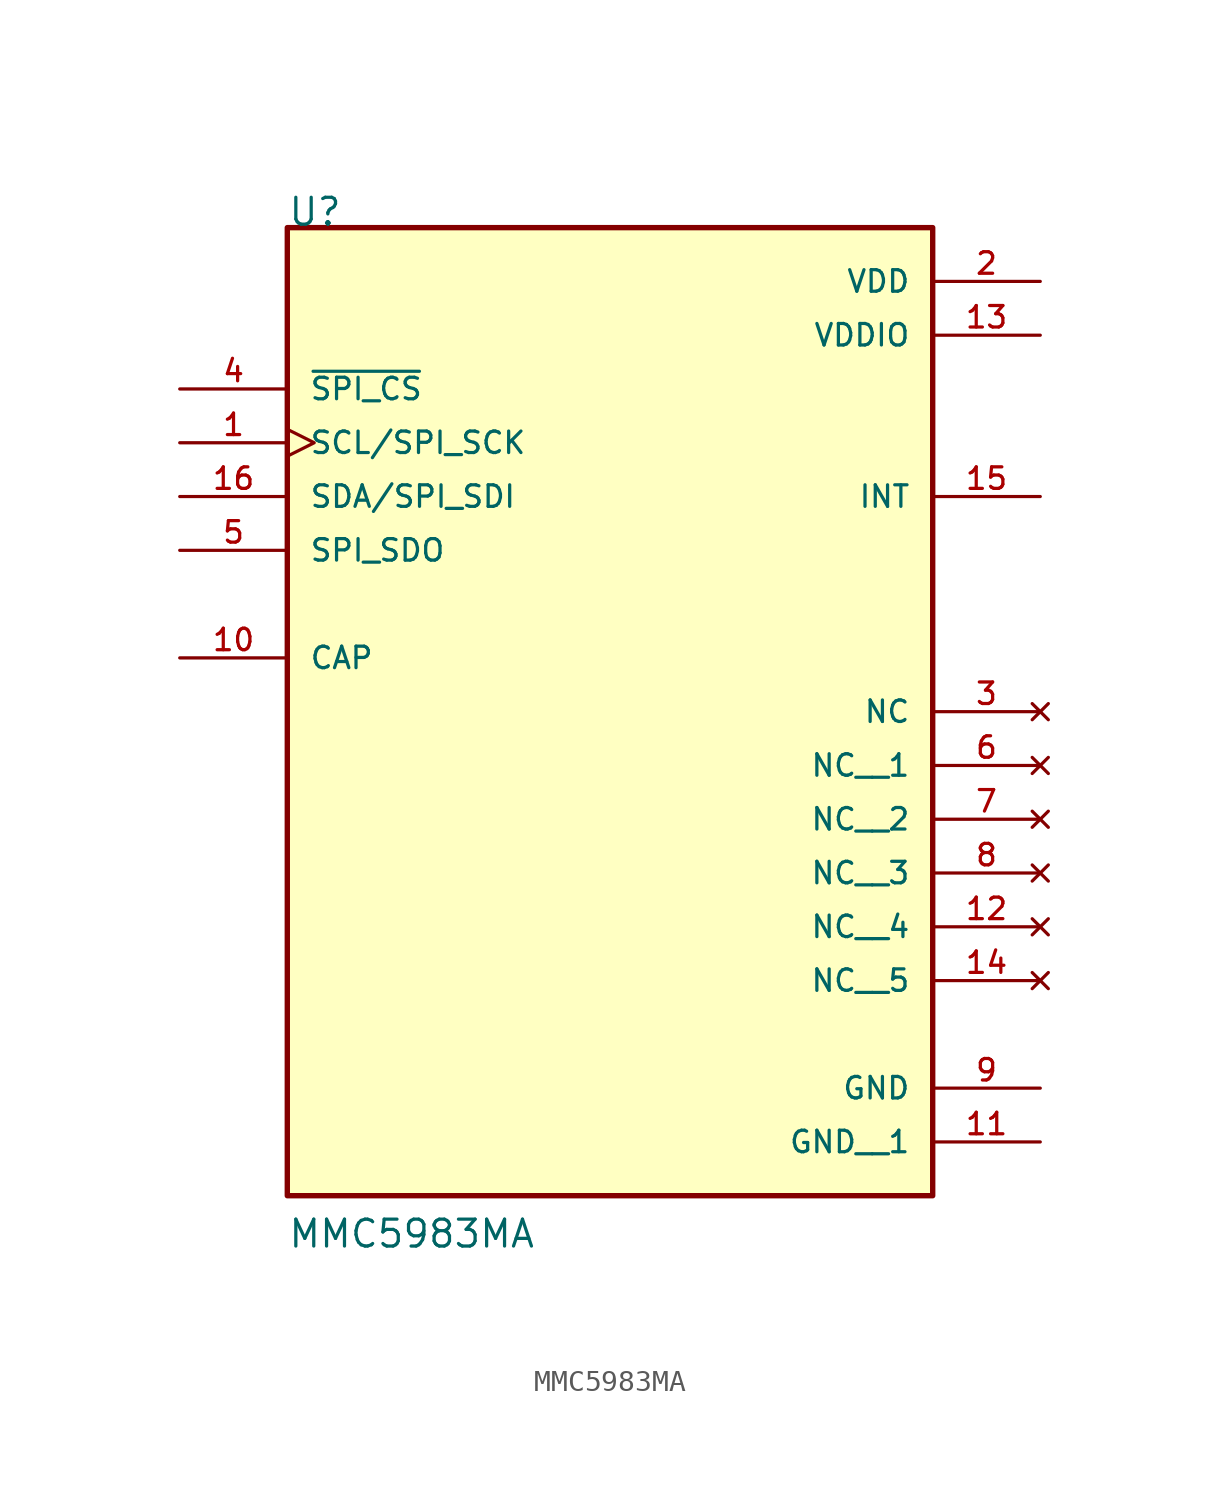
<source format=kicad_sym>
(kicad_symbol_lib
  (version 20211014)
  (generator kicad_symbol_editor)
  (symbol "MMC5983MA"
    (pin_names
      (offset 1.016))
    (property "Reference" "U"
      (at -15.24 15.24 0)
      (effects (font (size 1.27 1.27)) (justify bottom left)))
    (property "Value" "MMC5983MA"
      (at -15.24 -33.02 0)
      (effects (font (size 1.27 1.27)) (justify bottom left)))
    (symbol "MMC5983MA_0_0"
      (rectangle (start -15.24 -30.48) (end 15.24 15.24) (stroke (width 0.254)) (fill (type background)))
      (pin power_in line (at 20.32 12.7 180.0) (length 5.08) (name "VDD" (effects (font (size 1.016 1.016)))) (number "2" (effects (font (size 1.016 1.016)))))
      (pin input clock (at -20.32 5.08 0) (length 5.08) (name "SCL/SPI_SCK" (effects (font (size 1.016 1.016)))) (number "1" (effects (font (size 1.016 1.016)))))
      (pin bidirectional line (at -20.32 2.54 0) (length 5.08) (name "SDA/SPI_SDI" (effects (font (size 1.016 1.016)))) (number "16" (effects (font (size 1.016 1.016)))))
      (pin output line (at 20.32 2.54 180.0) (length 5.08) (name "INT" (effects (font (size 1.016 1.016)))) (number "15" (effects (font (size 1.016 1.016)))))
      (pin power_in line (at 20.32 10.16 180.0) (length 5.08) (name "VDDIO" (effects (font (size 1.016 1.016)))) (number "13" (effects (font (size 1.016 1.016)))))
      (pin passive line (at -20.32 -5.08 0) (length 5.08) (name "CAP" (effects (font (size 1.016 1.016)))) (number "10" (effects (font (size 1.016 1.016)))))
      (pin power_in line (at 20.32 -25.4 180.0) (length 5.08) (name "GND" (effects (font (size 1.016 1.016)))) (number "9" (effects (font (size 1.016 1.016)))))
      (pin no_connect line (at 20.32 -7.62 180.0) (length 5.08) (name "NC" (effects (font (size 1.016 1.016)))) (number "3" (effects (font (size 1.016 1.016)))))
      (pin input line (at -20.32 7.62 0) (length 5.08) (name "~{SPI_CS}" (effects (font (size 1.016 1.016)))) (number "4" (effects (font (size 1.016 1.016)))))
      (pin output line (at -20.32 0.0 0) (length 5.08) (name "SPI_SDO" (effects (font (size 1.016 1.016)))) (number "5" (effects (font (size 1.016 1.016)))))
      (pin no_connect line (at 20.32 -10.16 180.0) (length 5.08) (name "NC__1" (effects (font (size 1.016 1.016)))) (number "6" (effects (font (size 1.016 1.016)))))
      (pin no_connect line (at 20.32 -12.7 180.0) (length 5.08) (name "NC__2" (effects (font (size 1.016 1.016)))) (number "7" (effects (font (size 1.016 1.016)))))
      (pin no_connect line (at 20.32 -15.24 180.0) (length 5.08) (name "NC__3" (effects (font (size 1.016 1.016)))) (number "8" (effects (font (size 1.016 1.016)))))
      (pin no_connect line (at 20.32 -17.78 180.0) (length 5.08) (name "NC__4" (effects (font (size 1.016 1.016)))) (number "12" (effects (font (size 1.016 1.016)))))
      (pin no_connect line (at 20.32 -20.32 180.0) (length 5.08) (name "NC__5" (effects (font (size 1.016 1.016)))) (number "14" (effects (font (size 1.016 1.016)))))
      (pin power_in line (at 20.32 -27.94 180.0) (length 5.08) (name "GND__1" (effects (font (size 1.016 1.016)))) (number "11" (effects (font (size 1.016 1.016))))))))
</source>
